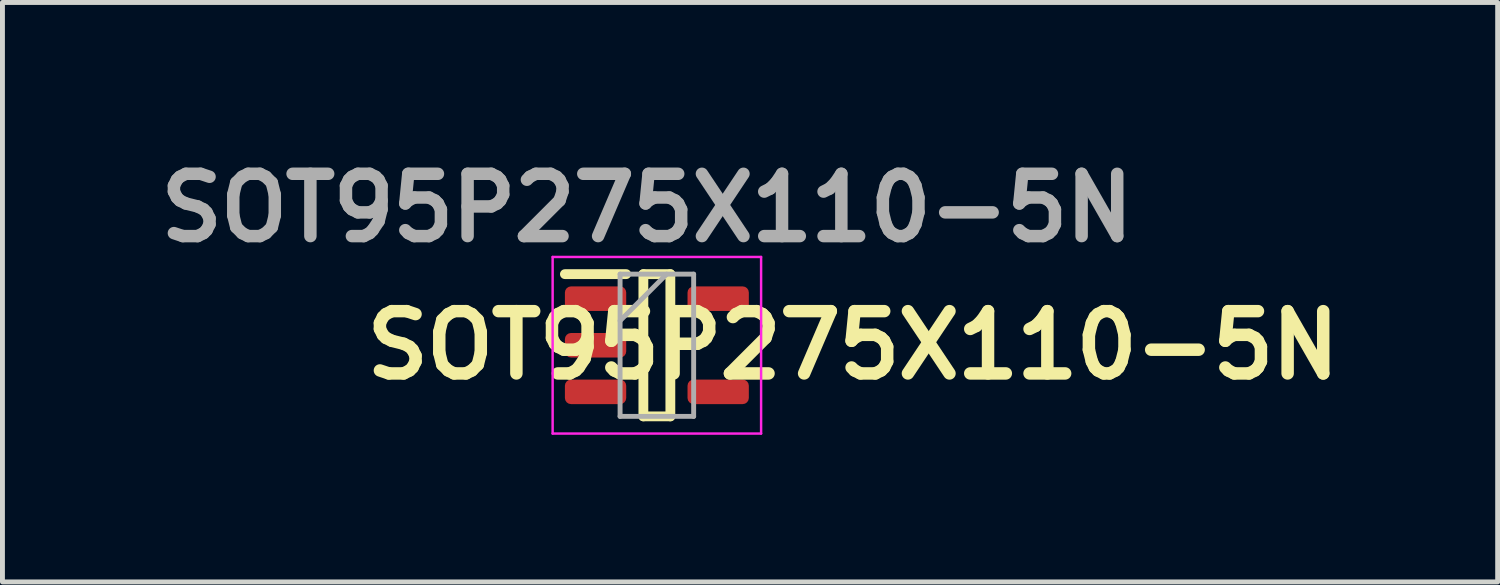
<source format=kicad_pcb>
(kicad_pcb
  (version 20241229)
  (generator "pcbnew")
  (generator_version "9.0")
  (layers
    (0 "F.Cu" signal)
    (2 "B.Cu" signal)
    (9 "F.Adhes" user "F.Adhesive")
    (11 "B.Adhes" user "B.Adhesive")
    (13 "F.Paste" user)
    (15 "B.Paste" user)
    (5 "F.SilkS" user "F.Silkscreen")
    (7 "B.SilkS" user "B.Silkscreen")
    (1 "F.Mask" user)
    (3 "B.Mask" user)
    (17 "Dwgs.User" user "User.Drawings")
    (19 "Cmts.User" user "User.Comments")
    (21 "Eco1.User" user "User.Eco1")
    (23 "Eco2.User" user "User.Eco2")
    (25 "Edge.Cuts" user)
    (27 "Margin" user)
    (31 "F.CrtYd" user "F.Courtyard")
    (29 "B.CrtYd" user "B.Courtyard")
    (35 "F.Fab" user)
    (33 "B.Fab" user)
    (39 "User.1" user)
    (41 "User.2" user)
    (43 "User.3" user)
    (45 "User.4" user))
  (footprint "SOT95P275X110-5N"
    (layer "F.Cu")
    (at 10.342 3.989)
    (property "Reference" "SOT95P275X110-5N" (at 4 0 0) (layer "F.SilkS") (effects (font (size 1.27 1.27) (thickness 0.254))))
    (attr smd)
    (fp_line (start -1.875 -1.45) (end -0.625 -1.45) (stroke (width 0.2) (type solid)) (layer "F.SilkS"))
    (fp_line (start -0.275 -1.45) (end 0.275 -1.45) (stroke (width 0.2) (type solid)) (layer "F.SilkS"))
    (fp_line (start -0.275 1.45) (end -0.275 -1.45) (stroke (width 0.2) (type solid)) (layer "F.SilkS"))
    (fp_line (start 0.275 -1.45) (end 0.275 1.45) (stroke (width 0.2) (type solid)) (layer "F.SilkS"))
    (fp_line (start 0.275 1.45) (end -0.275 1.45) (stroke (width 0.2) (type solid)) (layer "F.SilkS"))
    (fp_line (start -2.125 -1.8) (end 2.125 -1.8) (stroke (width 0.05) (type solid)) (layer "F.CrtYd"))
    (fp_line (start -2.125 1.8) (end -2.125 -1.8) (stroke (width 0.05) (type solid)) (layer "F.CrtYd"))
    (fp_line (start 2.125 -1.8) (end 2.125 1.8) (stroke (width 0.05) (type solid)) (layer "F.CrtYd"))
    (fp_line (start 2.125 1.8) (end -2.125 1.8) (stroke (width 0.05) (type solid)) (layer "F.CrtYd"))
    (fp_line (start -0.75 -1.45) (end 0.75 -1.45) (stroke (width 0.1) (type solid)) (layer "F.Fab"))
    (fp_line (start -0.75 -0.5) (end 0.2 -1.45) (stroke (width 0.1) (type solid)) (layer "F.Fab"))
    (fp_line (start -0.75 1.45) (end -0.75 -1.45) (stroke (width 0.1) (type solid)) (layer "F.Fab"))
    (fp_line (start 0.75 -1.45) (end 0.75 1.45) (stroke (width 0.1) (type solid)) (layer "F.Fab"))
    (fp_line (start 0.75 1.45) (end -0.75 1.45) (stroke (width 0.1) (type solid)) (layer "F.Fab"))
    (fp_text user "${REFERENCE}" (at -0.2 -2.8 0) (layer "F.Fab") (effects (font (size 1.27 1.27) (thickness 0.254))))
    (pad "1" smd roundrect (at -1.25 -0.95 90) (size 0.5 1.25) (layers "F.Cu" "F.Mask" "F.Paste") (roundrect_rratio 0.25))
    (pad "2" smd roundrect (at -1.25 0 90) (size 0.5 1.25) (layers "F.Cu" "F.Mask" "F.Paste") (roundrect_rratio 0.25))
    (pad "3" smd roundrect (at -1.25 0.95 90) (size 0.5 1.25) (layers "F.Cu" "F.Mask" "F.Paste") (roundrect_rratio 0.25))
    (pad "4" smd roundrect (at 1.25 0.95 90) (size 0.5 1.25) (layers "F.Cu" "F.Mask" "F.Paste") (roundrect_rratio 0.25))
    (pad "5" smd roundrect (at 1.25 -0.95 90) (size 0.5 1.25) (layers "F.Cu" "F.Mask" "F.Paste") (roundrect_rratio 0.25)))
  (gr_rect
    (start -3 -3)
    (end 27.484 8.814)
    (stroke (width 0.1) (type default))
    (fill no)
    (layer "Edge.Cuts")))
</source>
